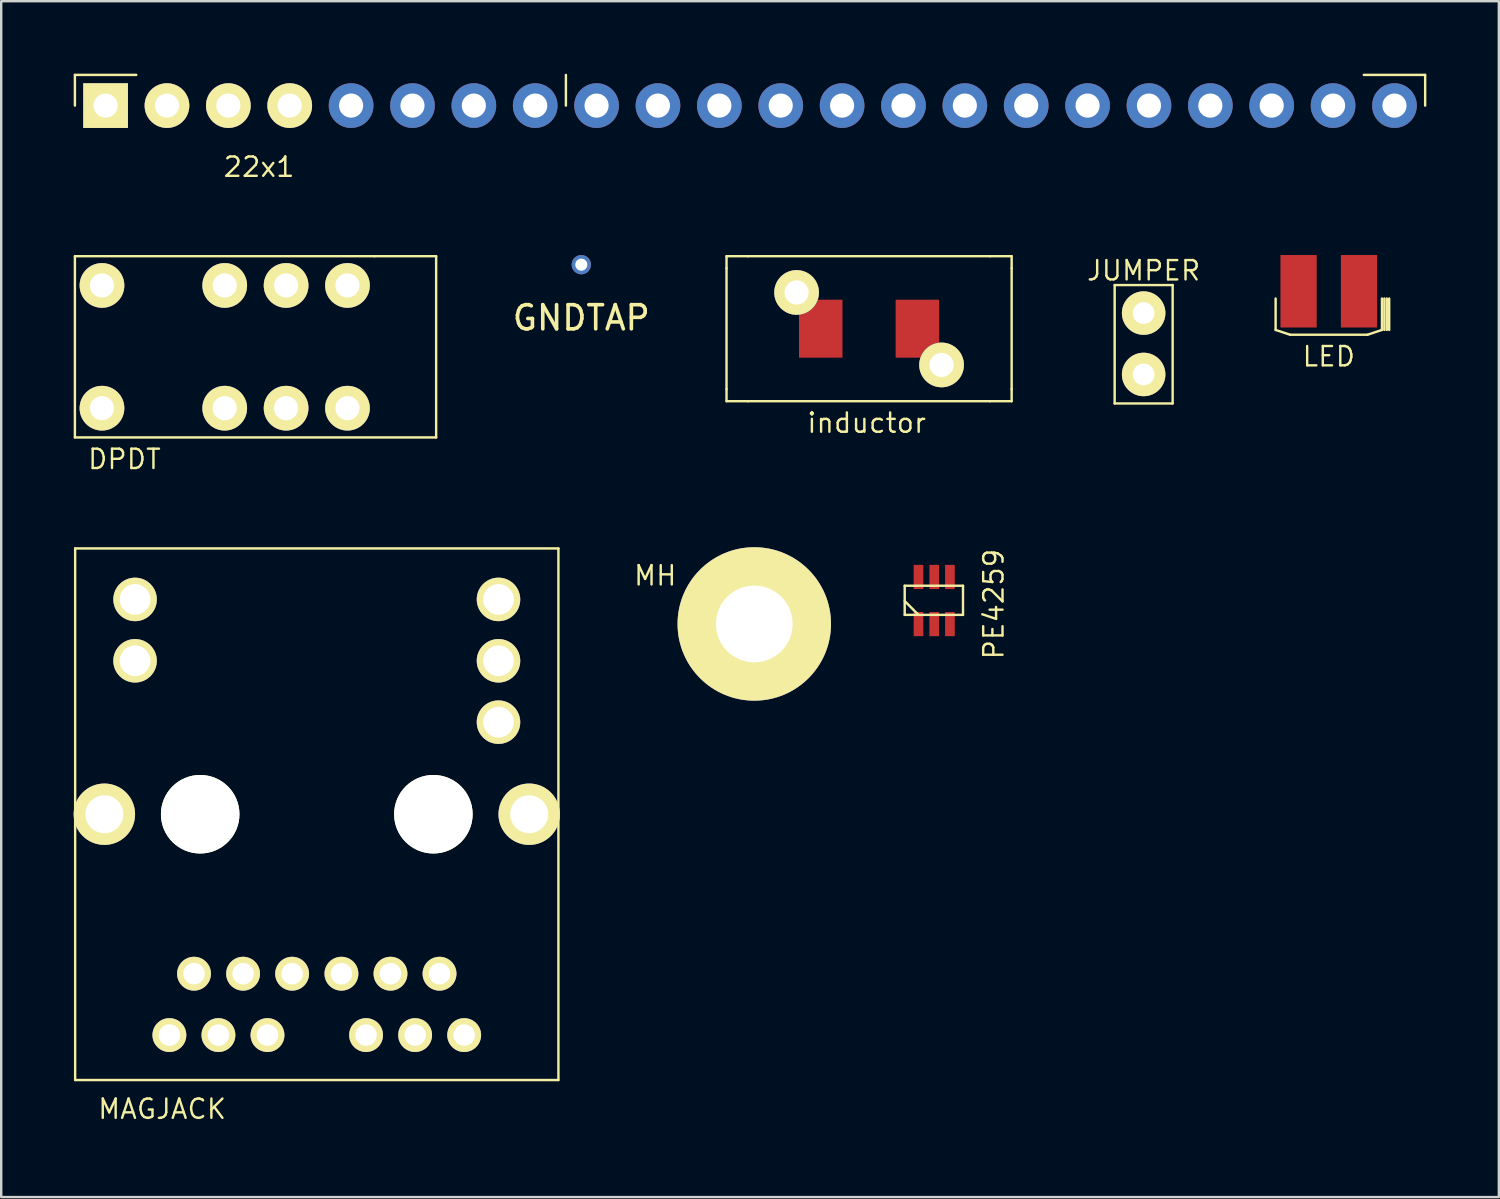
<source format=kicad_pcb>
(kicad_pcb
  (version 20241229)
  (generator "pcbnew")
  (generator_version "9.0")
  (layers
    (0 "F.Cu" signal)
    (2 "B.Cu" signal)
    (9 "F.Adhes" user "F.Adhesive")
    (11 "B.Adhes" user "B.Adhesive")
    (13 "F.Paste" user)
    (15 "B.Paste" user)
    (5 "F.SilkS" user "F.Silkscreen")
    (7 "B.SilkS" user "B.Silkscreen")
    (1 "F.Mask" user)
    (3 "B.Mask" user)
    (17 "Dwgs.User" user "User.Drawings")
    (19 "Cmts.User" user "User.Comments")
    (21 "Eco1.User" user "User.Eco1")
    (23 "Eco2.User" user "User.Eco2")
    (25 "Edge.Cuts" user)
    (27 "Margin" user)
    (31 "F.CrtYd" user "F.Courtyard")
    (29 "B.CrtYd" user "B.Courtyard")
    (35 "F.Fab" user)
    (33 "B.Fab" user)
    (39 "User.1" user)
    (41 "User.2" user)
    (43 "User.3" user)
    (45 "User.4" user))
  (footprint "MH"
    (layer "F.Cu")
    (at 28.166 22.772)
    (property "Reference" "MH" (at -4.1 -2 0) (layer "F.SilkS") (effects (font (size 0.8 0.8) (thickness 0.1))))
    (attr through_hole)
    (pad "" np_thru_hole circle (at 0 0) (size 6.35 6.35) (drill 3.175) (layers "*.Cu" "*.Mask" "F.SilkS")))
  (footprint "JUMPER"
    (layer "F.Cu")
    (at 44.28 12.447)
    (property "Reference" "JUMPER" (at 0 -4.3 0) (layer "F.SilkS") (effects (font (size 0.8 0.8) (thickness 0.1))))
    (attr through_hole)
    (fp_line (start -1.2 -3.7) (end -1.2 1.2) (stroke (width 0.1) (type solid)) (layer "F.SilkS"))
    (fp_line (start -1.2 1.2) (end 1.2 1.2) (stroke (width 0.1) (type solid)) (layer "F.SilkS"))
    (fp_line (start 1.2 -3.7) (end -1.2 -3.7) (stroke (width 0.1) (type solid)) (layer "F.SilkS"))
    (fp_line (start 1.2 1.2) (end 1.2 -3.7) (stroke (width 0.1) (type solid)) (layer "F.SilkS"))
    (pad "1" thru_hole circle (at 0 0) (size 1.8 1.8) (drill 0.9) (layers "*.Cu" "*.Mask" "F.SilkS"))
    (pad "2" thru_hole circle (at 0 -2.54) (size 1.8 1.8) (drill 0.9) (layers "*.Cu" "*.Mask" "F.SilkS")))
  (footprint "PE4259"
    (layer "F.Cu")
    (at 34.963 22.778)
    (property "Reference" "PE4259" (at 3.111 -0.826 90) (layer "F.SilkS") (effects (font (size 0.8 0.8) (thickness 0.1))))
    (attr through_hole)
    (fp_line (start -0.572 -1.587) (end 1.841 -1.587) (stroke (width 0.1) (type solid)) (layer "F.SilkS"))
    (fp_line (start -0.572 -0.953) (end 0 -0.381) (stroke (width 0.1) (type solid)) (layer "F.SilkS"))
    (fp_line (start -0.572 -0.381) (end -0.572 -1.587) (stroke (width 0.1) (type solid)) (layer "F.SilkS"))
    (fp_line (start 1.841 -1.587) (end 1.841 -0.381) (stroke (width 0.1) (type solid)) (layer "F.SilkS"))
    (fp_line (start 1.841 -0.381) (end -0.572 -0.381) (stroke (width 0.1) (type solid)) (layer "F.SilkS"))
    (pad "1" smd rect (at 0 0) (size 0.4 1) (layers "F.Cu" "F.Mask" "F.Paste"))
    (pad "2" smd rect (at 0.65 0) (size 0.4 1) (layers "F.Cu" "F.Mask" "F.Paste"))
    (pad "3" smd rect (at 1.3 0) (size 0.4 1) (layers "F.Cu" "F.Mask" "F.Paste"))
    (pad "4" smd rect (at 1.3 -1.95) (size 0.4 1) (layers "F.Cu" "F.Mask" "F.Paste"))
    (pad "5" smd rect (at 0.65 -1.95) (size 0.4 1) (layers "F.Cu" "F.Mask" "F.Paste"))
    (pad "6" smd rect (at 0 -1.95) (size 0.4 1) (layers "F.Cu" "F.Mask" "F.Paste")))
  (footprint "inductor"
    (layer "F.Cu")
    (at 32.917 10.553)
    (property "Reference" "inductor" (at -0.1 3.9 0) (layer "F.SilkS") (effects (font (size 0.8 0.8) (thickness 0.1))))
    (attr through_hole)
    (fp_line (start -5.9 -3) (end -5.9 -2.5) (stroke (width 0.1) (type solid)) (layer "F.SilkS"))
    (fp_line (start -5.9 2.5) (end -5.9 -2.5) (stroke (width 0.1) (type solid)) (layer "F.SilkS"))
    (fp_line (start -5.9 2.5) (end -5.9 3) (stroke (width 0.1) (type solid)) (layer "F.SilkS"))
    (fp_line (start -5.9 3) (end -5 3) (stroke (width 0.1) (type solid)) (layer "F.SilkS"))
    (fp_line (start -5 -3) (end -5.9 -3) (stroke (width 0.1) (type solid)) (layer "F.SilkS"))
    (fp_line (start -5 -3) (end 5 -3) (stroke (width 0.1) (type solid)) (layer "F.SilkS"))
    (fp_line (start 5 -3) (end 5.9 -3) (stroke (width 0.1) (type solid)) (layer "F.SilkS"))
    (fp_line (start 5 3) (end -5 3) (stroke (width 0.1) (type solid)) (layer "F.SilkS"))
    (fp_line (start 5 3) (end 5.9 3) (stroke (width 0.1) (type solid)) (layer "F.SilkS"))
    (fp_line (start 5.9 -3) (end 5.9 -2.5) (stroke (width 0.1) (type solid)) (layer "F.SilkS"))
    (fp_line (start 5.9 -2.5) (end 5.9 2.5) (stroke (width 0.1) (type solid)) (layer "F.SilkS"))
    (fp_line (start 5.9 3) (end 5.9 2.5) (stroke (width 0.1) (type solid)) (layer "F.SilkS"))
    (pad "1" thru_hole circle (at -3 -1.5) (size 1.85 1.85) (drill 1) (layers "*.Cu" "*.Mask" "F.SilkS"))
    (pad "1" smd rect (at -2 0) (size 1.8 2.4) (layers "F.Cu" "F.Mask" "F.Paste"))
    (pad "2" smd rect (at 2 0) (size 1.8 2.4) (layers "F.Cu" "F.Mask" "F.Paste"))
    (pad "2" thru_hole circle (at 3 1.5) (size 1.85 1.85) (drill 1) (layers "*.Cu" "*.Mask" "F.SilkS")))
  (footprint "GNDTAP"
    (layer "F.Cu")
    (at 21.008 7.904)
    (property "Reference" "GNDTAP" (at 0 2.2 0) (layer "F.SilkS") (effects (font (size 1 1) (thickness 0.15))))
    (attr through_hole)
    (pad "1" thru_hole circle (at 0 0) (size 0.8 0.8) (drill 0.5) (layers "*.Cu" "*.Mask")))
  (footprint "MAGJACK"
    (layer "F.Cu")
    (at 10.06 30.647)
    (property "Reference" "MAGJACK" (at -6.4 12.2 0) (layer "F.SilkS") (effects (font (size 0.8 0.8) (thickness 0.1))))
    (attr through_hole)
    (fp_line (start -10 -11) (end 10 -11) (stroke (width 0.1) (type solid)) (layer "F.SilkS"))
    (fp_line (start -10 11) (end -10 -11) (stroke (width 0.1) (type solid)) (layer "F.SilkS"))
    (fp_line (start 10 -11) (end 10 11) (stroke (width 0.1) (type solid)) (layer "F.SilkS"))
    (fp_line (start 10 11) (end -10 11) (stroke (width 0.1) (type solid)) (layer "F.SilkS"))
    (pad "" np_thru_hole circle (at -4.825 0) (size 3.25 3.25) (drill 3.25) (layers "*.Cu" "*.Mask" "F.SilkS"))
    (pad "" np_thru_hole circle (at 4.825 0) (size 3.25 3.25) (drill 3.25) (layers "*.Cu" "*.Mask" "F.SilkS"))
    (pad "1" thru_hole circle (at -5.08 6.6) (size 1.4 1.4) (drill 0.89) (layers "*.Cu" "*.Mask" "F.SilkS"))
    (pad "2" thru_hole circle (at -3.05 6.6) (size 1.4 1.4) (drill 0.89) (layers "*.Cu" "*.Mask" "F.SilkS"))
    (pad "3" thru_hole circle (at -1.02 6.6) (size 1.4 1.4) (drill 0.89) (layers "*.Cu" "*.Mask" "F.SilkS"))
    (pad "4" thru_hole circle (at 1.02 6.6) (size 1.4 1.4) (drill 0.89) (layers "*.Cu" "*.Mask" "F.SilkS"))
    (pad "5" thru_hole circle (at 3.05 6.6) (size 1.4 1.4) (drill 0.89) (layers "*.Cu" "*.Mask" "F.SilkS"))
    (pad "6" thru_hole circle (at 5.08 6.6) (size 1.4 1.4) (drill 0.89) (layers "*.Cu" "*.Mask" "F.SilkS"))
    (pad "7" thru_hole circle (at -6.1 9.14) (size 1.4 1.4) (drill 0.89) (layers "*.Cu" "*.Mask" "F.SilkS"))
    (pad "8" thru_hole circle (at -4.07 9.14) (size 1.4 1.4) (drill 0.89) (layers "*.Cu" "*.Mask" "F.SilkS"))
    (pad "9" thru_hole circle (at -2.04 9.14) (size 1.4 1.4) (drill 0.89) (layers "*.Cu" "*.Mask" "F.SilkS"))
    (pad "10" thru_hole circle (at 2.04 9.14) (size 1.4 1.4) (drill 0.89) (layers "*.Cu" "*.Mask" "F.SilkS"))
    (pad "11" thru_hole circle (at 4.07 9.14) (size 1.4 1.4) (drill 0.89) (layers "*.Cu" "*.Mask" "F.SilkS"))
    (pad "12" thru_hole circle (at 6.1 9.14) (size 1.4 1.4) (drill 0.89) (layers "*.Cu" "*.Mask" "F.SilkS"))
    (pad "13" thru_hole circle (at -7.52 -6.35) (size 1.8 1.8) (drill 1.27) (layers "*.Cu" "*.Mask" "F.SilkS"))
    (pad "14" thru_hole circle (at -7.52 -8.89) (size 1.8 1.8) (drill 1.27) (layers "*.Cu" "*.Mask" "F.SilkS"))
    (pad "15" thru_hole circle (at 7.52 -3.81) (size 1.8 1.8) (drill 1.27) (layers "*.Cu" "*.Mask" "F.SilkS"))
    (pad "16" thru_hole circle (at 7.52 -6.35) (size 1.8 1.8) (drill 1.27) (layers "*.Cu" "*.Mask" "F.SilkS"))
    (pad "17" thru_hole circle (at 7.52 -8.89) (size 1.8 1.8) (drill 1.27) (layers "*.Cu" "*.Mask" "F.SilkS"))
    (pad "18" thru_hole circle (at -8.79 0) (size 2.54 2.54) (drill 1.57) (layers "*.Cu" "*.Mask" "F.SilkS"))
    (pad "18" thru_hole circle (at 8.79 0) (size 2.54 2.54) (drill 1.57) (layers "*.Cu" "*.Mask" "F.SilkS")))
  (footprint "22x1"
    (layer "F.Cu")
    (at 1.32 1.32)
    (property "Reference" "22x1" (at 6.35 2.54 0) (layer "F.SilkS") (effects (font (size 0.8 0.8) (thickness 0.1))))
    (attr through_hole)
    (fp_line (start -1.27 -1.27) (end 1.27 -1.27) (stroke (width 0.1) (type solid)) (layer "F.SilkS"))
    (fp_line (start -1.27 0) (end -1.27 -1.27) (stroke (width 0.1) (type solid)) (layer "F.SilkS"))
    (fp_line (start 19.05 0) (end 19.05 -1.27) (stroke (width 0.1) (type solid)) (layer "F.SilkS"))
    (fp_line (start 54.61 -1.27) (end 52.07 -1.27) (stroke (width 0.1) (type solid)) (layer "F.SilkS"))
    (fp_line (start 54.61 0) (end 54.61 -1.27) (stroke (width 0.1) (type solid)) (layer "F.SilkS"))
    (pad "1" thru_hole rect (at 0 0) (size 1.85 1.85) (drill 1) (layers "*.Cu" "*.Mask" "F.SilkS"))
    (pad "2" thru_hole circle (at 2.54 0) (size 1.85 1.85) (drill 1) (layers "*.Cu" "*.Mask" "F.SilkS"))
    (pad "3" thru_hole circle (at 5.08 0) (size 1.85 1.85) (drill 1) (layers "*.Cu" "*.Mask" "F.SilkS"))
    (pad "4" thru_hole circle (at 7.62 0) (size 1.85 1.85) (drill 1) (layers "*.Cu" "*.Mask" "F.SilkS"))
    (pad "5" thru_hole circle (at 10.16 0) (size 1.85 1.85) (drill 1) (layers "*.Cu" "*.Mask"))
    (pad "6" thru_hole circle (at 12.7 0) (size 1.85 1.85) (drill 1) (layers "*.Cu" "*.Mask"))
    (pad "7" thru_hole circle (at 15.24 0) (size 1.85 1.85) (drill 1) (layers "*.Cu" "*.Mask"))
    (pad "8" thru_hole circle (at 17.78 0) (size 1.85 1.85) (drill 1) (layers "*.Cu" "*.Mask"))
    (pad "9" thru_hole circle (at 20.32 0) (size 1.85 1.85) (drill 1) (layers "*.Cu" "*.Mask"))
    (pad "10" thru_hole circle (at 22.86 0) (size 1.85 1.85) (drill 1) (layers "*.Cu" "*.Mask"))
    (pad "11" thru_hole circle (at 25.4 0) (size 1.85 1.85) (drill 1) (layers "*.Cu" "*.Mask"))
    (pad "12" thru_hole circle (at 27.94 0) (size 1.85 1.85) (drill 1) (layers "*.Cu" "*.Mask"))
    (pad "13" thru_hole circle (at 30.48 0) (size 1.85 1.85) (drill 1) (layers "*.Cu" "*.Mask"))
    (pad "14" thru_hole circle (at 33.02 0) (size 1.85 1.85) (drill 1) (layers "*.Cu" "*.Mask"))
    (pad "15" thru_hole circle (at 35.56 0) (size 1.85 1.85) (drill 1) (layers "*.Cu" "*.Mask"))
    (pad "16" thru_hole circle (at 38.1 0) (size 1.85 1.85) (drill 1) (layers "*.Cu" "*.Mask"))
    (pad "17" thru_hole circle (at 40.64 0) (size 1.85 1.85) (drill 1) (layers "*.Cu" "*.Mask"))
    (pad "18" thru_hole circle (at 43.18 0) (size 1.85 1.85) (drill 1) (layers "*.Cu" "*.Mask"))
    (pad "19" thru_hole circle (at 45.72 0) (size 1.85 1.85) (drill 1) (layers "*.Cu" "*.Mask"))
    (pad "20" thru_hole circle (at 48.26 0) (size 1.85 1.85) (drill 1) (layers "*.Cu" "*.Mask"))
    (pad "21" thru_hole circle (at 50.8 0) (size 1.85 1.85) (drill 1) (layers "*.Cu" "*.Mask"))
    (pad "22" thru_hole circle (at 53.34 0) (size 1.85 1.85) (drill 1) (layers "*.Cu" "*.Mask")))
  (footprint "DPDT"
    (layer "F.Cu")
    (at 6.25 11.303)
    (property "Reference" "DPDT" (at -4.15 4.65 0) (layer "F.SilkS") (effects (font (size 0.8 0.8) (thickness 0.1))))
    (attr through_hole)
    (fp_line (start -6.2 -3.75) (end 6.2 -3.75) (stroke (width 0.1) (type solid)) (layer "F.SilkS"))
    (fp_line (start -6.2 3.75) (end -6.2 -3.75) (stroke (width 0.1) (type solid)) (layer "F.SilkS"))
    (fp_line (start 6.2 -3.75) (end 8.75 -3.75) (stroke (width 0.1) (type solid)) (layer "F.SilkS"))
    (fp_line (start 8.75 -3.75) (end 8.75 3.75) (stroke (width 0.1) (type solid)) (layer "F.SilkS"))
    (fp_line (start 8.75 3.75) (end -6.2 3.75) (stroke (width 0.1) (type solid)) (layer "F.SilkS"))
    (pad "1" thru_hole circle (at -5.08 -2.54) (size 1.85 1.85) (drill 1) (layers "*.Cu" "*.Mask" "F.SilkS"))
    (pad "3" thru_hole circle (at 0 -2.54) (size 1.85 1.85) (drill 1) (layers "*.Cu" "*.Mask" "F.SilkS"))
    (pad "4" thru_hole circle (at 2.54 -2.54) (size 1.85 1.85) (drill 1) (layers "*.Cu" "*.Mask" "F.SilkS"))
    (pad "5" thru_hole circle (at 5.08 -2.54) (size 1.85 1.85) (drill 1) (layers "*.Cu" "*.Mask" "F.SilkS"))
    (pad "8" thru_hole circle (at 5.08 2.54) (size 1.85 1.85) (drill 1) (layers "*.Cu" "*.Mask" "F.SilkS"))
    (pad "9" thru_hole circle (at 2.54 2.54) (size 1.85 1.85) (drill 1) (layers "*.Cu" "*.Mask" "F.SilkS"))
    (pad "10" thru_hole circle (at 0 2.54) (size 1.85 1.85) (drill 1) (layers "*.Cu" "*.Mask" "F.SilkS"))
    (pad "12" thru_hole circle (at -5.08 2.54) (size 1.85 1.85) (drill 1) (layers "*.Cu" "*.Mask" "F.SilkS")))
  (footprint "LED"
    (layer "F.Cu")
    (at 51.942 10.004)
    (property "Reference" "LED" (at 0 1.7 0) (layer "F.SilkS") (effects (font (size 0.8 0.8) (thickness 0.1))))
    (attr through_hole)
    (fp_line (start -2.2 -0.7) (end -2.2 0.6) (stroke (width 0.1) (type solid)) (layer "F.SilkS"))
    (fp_line (start -2.2 0.6) (end -1.6 0.8) (stroke (width 0.1) (type solid)) (layer "F.SilkS"))
    (fp_line (start -1.6 0.8) (end 1.6 0.8) (stroke (width 0.1) (type solid)) (layer "F.SilkS"))
    (fp_line (start 1.6 0.8) (end 2.2 0.6) (stroke (width 0.1) (type solid)) (layer "F.SilkS"))
    (fp_line (start 2.2 0.6) (end 2.2 -0.7) (stroke (width 0.1) (type solid)) (layer "F.SilkS"))
    (fp_line (start 2.3 -0.7) (end 2.3 0.6) (stroke (width 0.1) (type solid)) (layer "F.SilkS"))
    (fp_line (start 2.4 -0.7) (end 2.4 0.6) (stroke (width 0.1) (type solid)) (layer "F.SilkS"))
    (fp_line (start 2.5 -0.7) (end 2.5 0.6) (stroke (width 0.1) (type solid)) (layer "F.SilkS"))
    (pad "1" smd rect (at 1.25 -1) (size 1.5 3) (layers "F.Cu" "F.Mask" "F.Paste"))
    (pad "2" smd rect (at -1.25 -1) (size 1.5 3) (layers "F.Cu" "F.Mask" "F.Paste")))
  (gr_rect
    (start -3 -3)
    (end 58.98 46.49)
    (stroke (width 0.1) (type default))
    (fill no)
    (layer "Edge.Cuts")))
</source>
